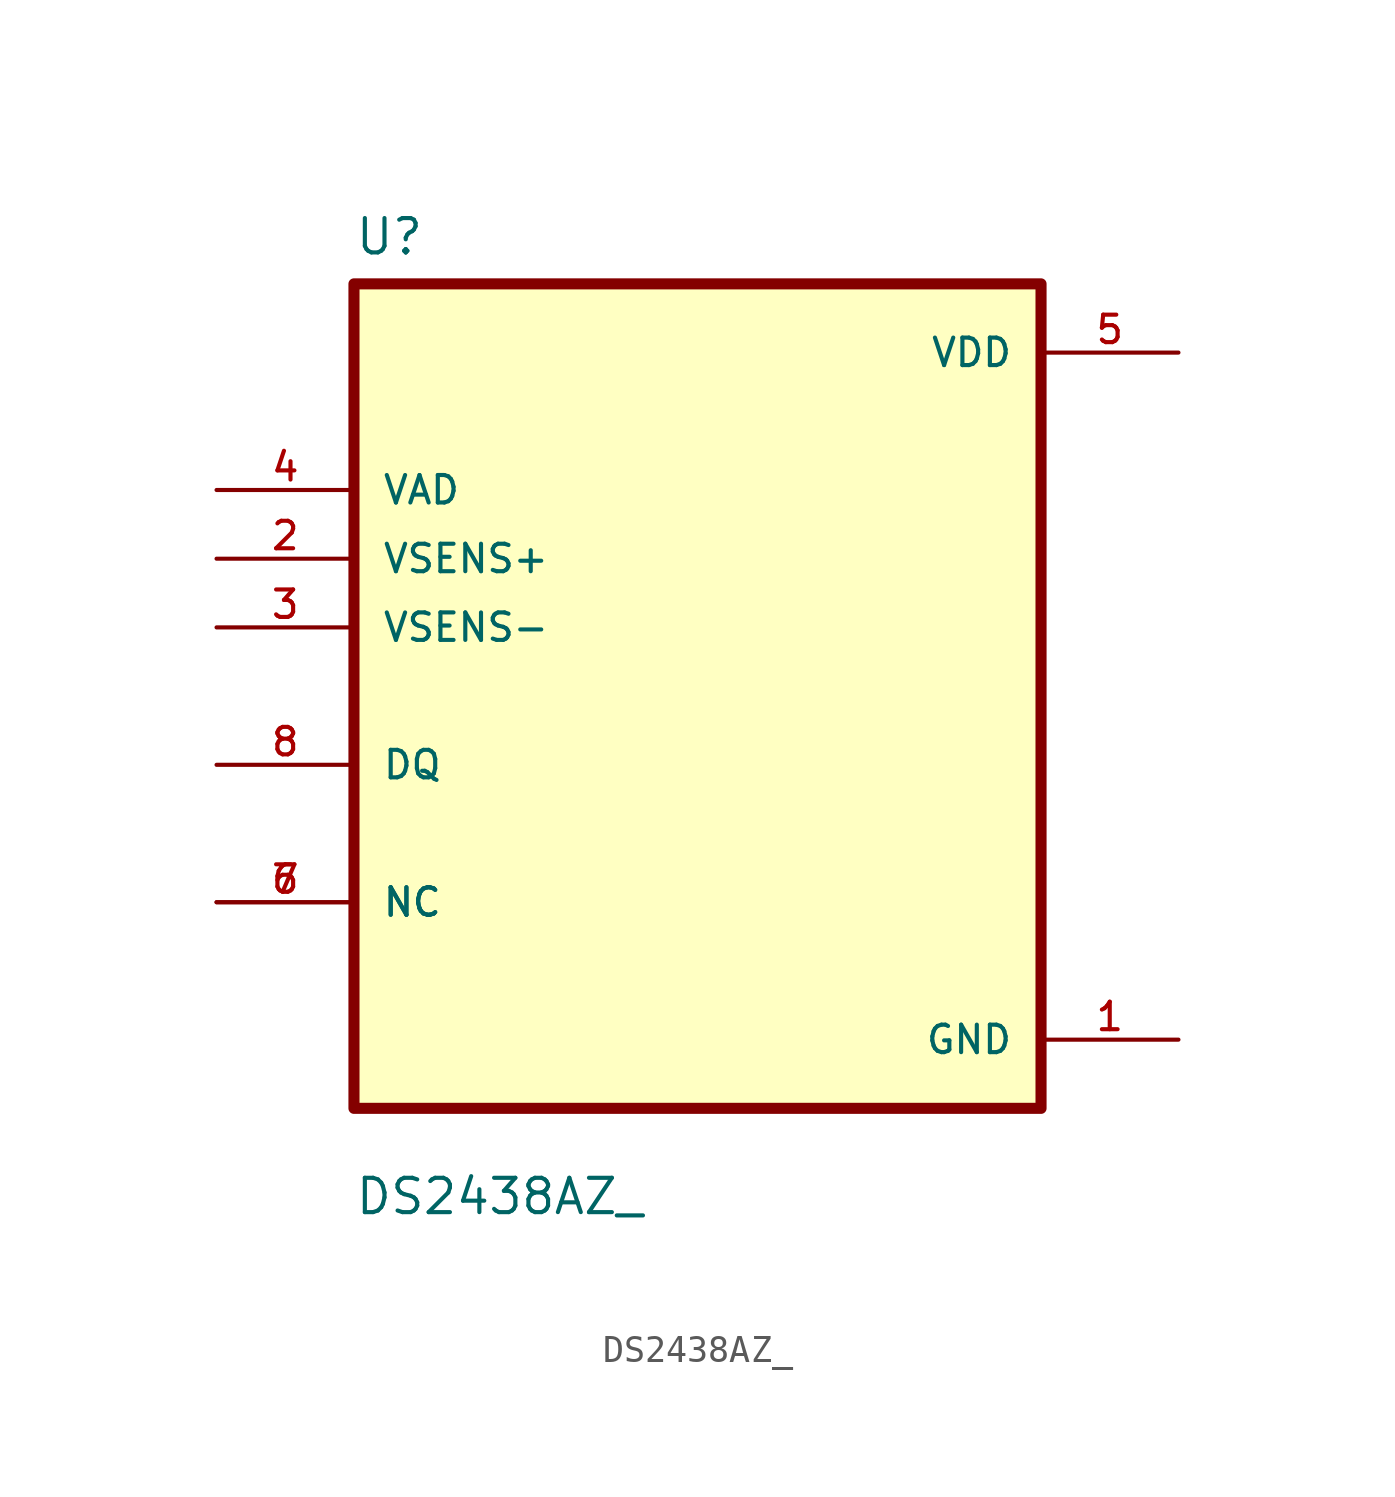
<source format=kicad_sym>
(kicad_symbol_lib
  (version 20211014)
  (generator kicad_symbol_editor)
  (symbol "DS2438AZ_"
    (pin_names
      (offset 1.016))
    (property "Reference" "U"
      (at -12.7 16.24 0.0)
      (effects (font (size 1.27 1.27)) (justify bottom left)))
    (property "Value" "DS2438AZ_"
      (at -12.7 -19.24 0.0)
      (effects (font (size 1.27 1.27)) (justify bottom left)))
    (symbol "DS2438AZ__0_0"
      (rectangle (start -12.7 -15.24) (end 12.7 15.24) (stroke (width 0.41)) (fill (type background)))
      (pin input line (at -17.78 7.62 0) (length 5.08) (name "VAD" (effects (font (size 1.016 1.016)))) (number "4" (effects (font (size 1.016 1.016)))))
      (pin input line (at -17.78 5.08 0) (length 5.08) (name "VSENS+" (effects (font (size 1.016 1.016)))) (number "2" (effects (font (size 1.016 1.016)))))
      (pin input line (at -17.78 2.54 0) (length 5.08) (name "VSENS-" (effects (font (size 1.016 1.016)))) (number "3" (effects (font (size 1.016 1.016)))))
      (pin bidirectional line (at -17.78 -2.54 0) (length 5.08) (name "DQ" (effects (font (size 1.016 1.016)))) (number "8" (effects (font (size 1.016 1.016)))))
      (pin bidirectional line (at -17.78 -7.62 0) (length 5.08) (name "NC" (effects (font (size 1.016 1.016)))) (number "7" (effects (font (size 1.016 1.016)))))
      (pin bidirectional line (at -17.78 -7.62 0) (length 5.08) (name "NC" (effects (font (size 1.016 1.016)))) (number "6" (effects (font (size 1.016 1.016)))))
      (pin power_in line (at 17.78 12.7 180.0) (length 5.08) (name "VDD" (effects (font (size 1.016 1.016)))) (number "5" (effects (font (size 1.016 1.016)))))
      (pin power_in line (at 17.78 -12.7 180.0) (length 5.08) (name "GND" (effects (font (size 1.016 1.016)))) (number "1" (effects (font (size 1.016 1.016))))))))
</source>
